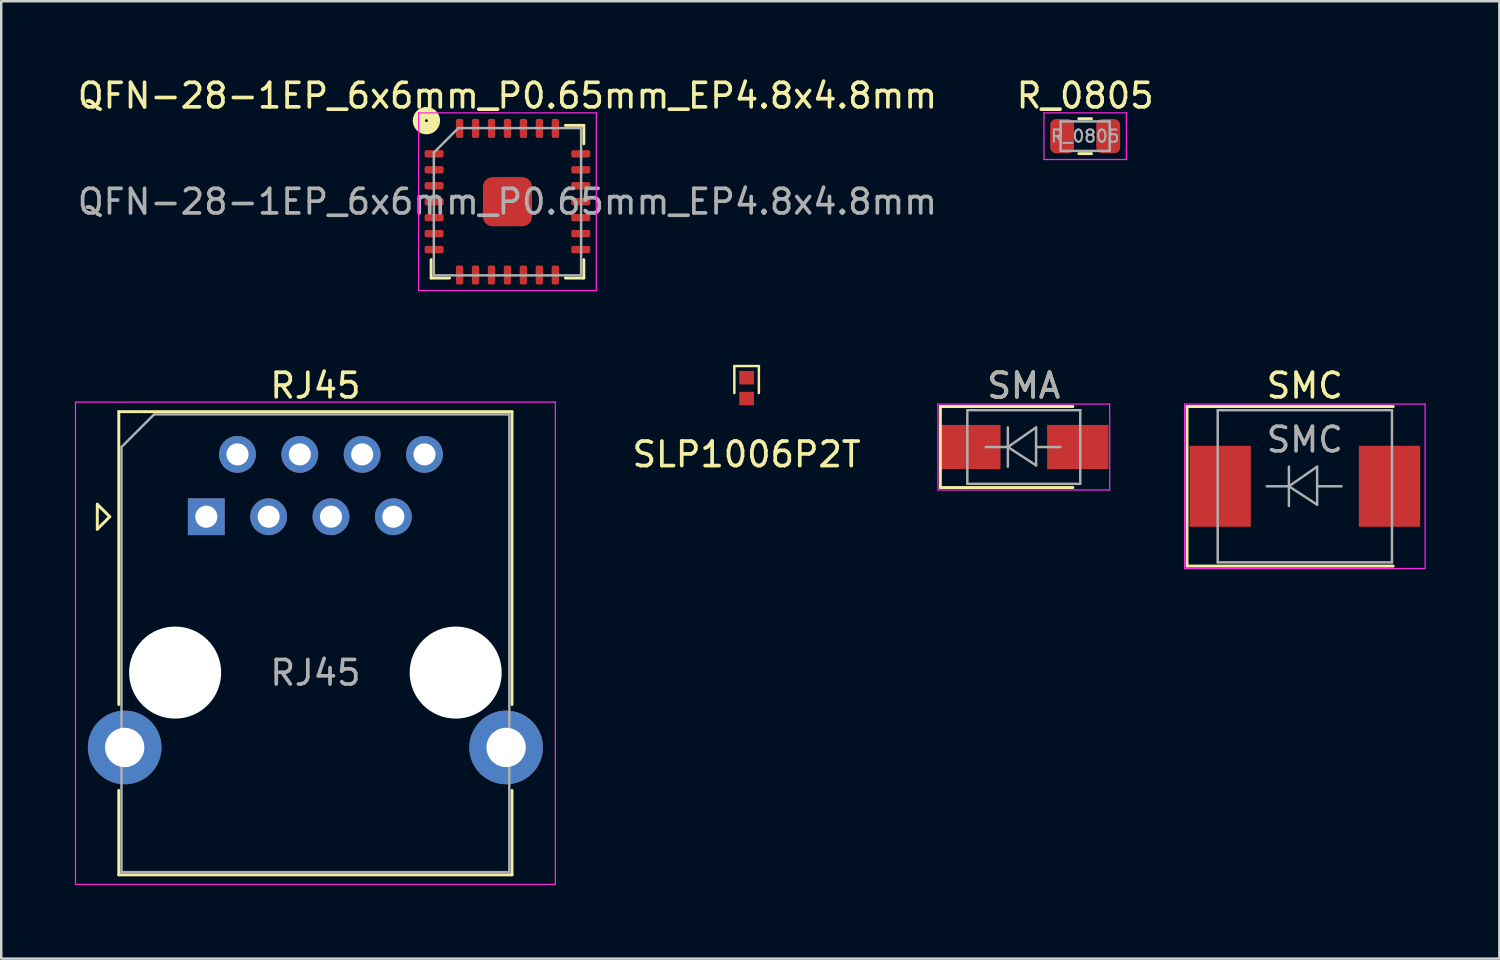
<source format=kicad_pcb>
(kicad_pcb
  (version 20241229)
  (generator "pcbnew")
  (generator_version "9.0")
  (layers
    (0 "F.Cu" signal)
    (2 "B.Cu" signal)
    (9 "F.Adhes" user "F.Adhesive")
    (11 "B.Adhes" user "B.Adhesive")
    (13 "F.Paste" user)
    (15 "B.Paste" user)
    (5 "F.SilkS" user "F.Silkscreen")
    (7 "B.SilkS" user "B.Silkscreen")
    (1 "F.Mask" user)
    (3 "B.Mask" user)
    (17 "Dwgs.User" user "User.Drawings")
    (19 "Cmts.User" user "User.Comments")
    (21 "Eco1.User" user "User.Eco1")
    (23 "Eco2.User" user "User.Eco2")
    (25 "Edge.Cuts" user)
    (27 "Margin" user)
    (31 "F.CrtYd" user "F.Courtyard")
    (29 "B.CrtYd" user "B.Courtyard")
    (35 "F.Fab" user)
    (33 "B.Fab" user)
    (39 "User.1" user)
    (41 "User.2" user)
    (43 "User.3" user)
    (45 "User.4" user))
  (footprint "QFN-28-1EP_6x6mm_P0.65mm_EP4.8x4.8mm"
    (layer "F.Cu")
    (at 17.625 5.168)
    (property "Reference" "QFN-28-1EP_6x6mm_P0.65mm_EP4.8x4.8mm" (at 0 -4.32 0) (layer "F.SilkS") (effects (font (size 1 1) (thickness 0.15))))
    (attr smd)
    (fp_line (start -3.11 3.11) (end -3.11 2.36) (stroke (width 0.12) (type solid)) (layer "F.SilkS"))
    (fp_line (start -2.36 3.11) (end -3.11 3.11) (stroke (width 0.12) (type solid)) (layer "F.SilkS"))
    (fp_line (start 2.36 -3.11) (end 3.11 -3.11) (stroke (width 0.12) (type solid)) (layer "F.SilkS"))
    (fp_line (start 2.36 3.11) (end 3.11 3.11) (stroke (width 0.12) (type solid)) (layer "F.SilkS"))
    (fp_line (start 3.11 -3.11) (end 3.11 -2.36) (stroke (width 0.12) (type solid)) (layer "F.SilkS"))
    (fp_line (start 3.11 3.11) (end 3.11 2.36) (stroke (width 0.12) (type solid)) (layer "F.SilkS"))
    (fp_circle (center -3.302 -3.302) (end -3.245 -3.302) (stroke (width 0.5) (type solid)) (fill no) (layer "F.SilkS"))
    (fp_line (start -3.62 -3.62) (end -3.62 3.62) (stroke (width 0.05) (type solid)) (layer "F.CrtYd"))
    (fp_line (start -3.62 3.62) (end 3.62 3.62) (stroke (width 0.05) (type solid)) (layer "F.CrtYd"))
    (fp_line (start 3.62 -3.62) (end -3.62 -3.62) (stroke (width 0.05) (type solid)) (layer "F.CrtYd"))
    (fp_line (start 3.62 3.62) (end 3.62 -3.62) (stroke (width 0.05) (type solid)) (layer "F.CrtYd"))
    (fp_line (start -3 -2) (end -2 -3) (stroke (width 0.1) (type solid)) (layer "F.Fab"))
    (fp_line (start -3 3) (end -3 -2) (stroke (width 0.1) (type solid)) (layer "F.Fab"))
    (fp_line (start -2 -3) (end 3 -3) (stroke (width 0.1) (type solid)) (layer "F.Fab"))
    (fp_line (start 3 -3) (end 3 3) (stroke (width 0.1) (type solid)) (layer "F.Fab"))
    (fp_line (start 3 3) (end -3 3) (stroke (width 0.1) (type solid)) (layer "F.Fab"))
    (fp_text user "${REFERENCE}" (at 0 0 0) (layer "F.Fab") (effects (font (size 1 1) (thickness 0.15))))
    (pad "" smd roundrect (at 0 0) (size 2 2) (layers "F.Cu" "F.Mask" "F.Paste") (roundrect_rratio 0.194))
    (pad "1" smd roundrect (at -2.987 -1.95) (size 0.775 0.3) (layers "F.Cu" "F.Mask" "F.Paste") (roundrect_rratio 0.25))
    (pad "2" smd roundrect (at -2.987 -1.3) (size 0.775 0.3) (layers "F.Cu" "F.Mask" "F.Paste") (roundrect_rratio 0.25))
    (pad "3" smd roundrect (at -2.987 -0.65) (size 0.775 0.3) (layers "F.Cu" "F.Mask" "F.Paste") (roundrect_rratio 0.25))
    (pad "4" smd roundrect (at -2.987 0) (size 0.775 0.3) (layers "F.Cu" "F.Mask" "F.Paste") (roundrect_rratio 0.25))
    (pad "5" smd roundrect (at -2.987 0.65) (size 0.775 0.3) (layers "F.Cu" "F.Mask" "F.Paste") (roundrect_rratio 0.25))
    (pad "6" smd roundrect (at -2.987 1.3) (size 0.775 0.3) (layers "F.Cu" "F.Mask" "F.Paste") (roundrect_rratio 0.25))
    (pad "7" smd roundrect (at -2.987 1.95) (size 0.775 0.3) (layers "F.Cu" "F.Mask" "F.Paste") (roundrect_rratio 0.25))
    (pad "8" smd roundrect (at -1.95 2.987) (size 0.3 0.775) (layers "F.Cu" "F.Mask" "F.Paste") (roundrect_rratio 0.25))
    (pad "9" smd roundrect (at -1.3 2.987) (size 0.3 0.775) (layers "F.Cu" "F.Mask" "F.Paste") (roundrect_rratio 0.25))
    (pad "10" smd roundrect (at -0.65 2.987) (size 0.3 0.775) (layers "F.Cu" "F.Mask" "F.Paste") (roundrect_rratio 0.25))
    (pad "11" smd roundrect (at 0 2.987) (size 0.3 0.775) (layers "F.Cu" "F.Mask" "F.Paste") (roundrect_rratio 0.25))
    (pad "12" smd roundrect (at 0.65 2.987) (size 0.3 0.775) (layers "F.Cu" "F.Mask" "F.Paste") (roundrect_rratio 0.25))
    (pad "13" smd roundrect (at 1.3 2.987) (size 0.3 0.775) (layers "F.Cu" "F.Mask" "F.Paste") (roundrect_rratio 0.25))
    (pad "14" smd roundrect (at 1.95 2.987) (size 0.3 0.775) (layers "F.Cu" "F.Mask" "F.Paste") (roundrect_rratio 0.25))
    (pad "15" smd roundrect (at 2.987 1.95) (size 0.775 0.3) (layers "F.Cu" "F.Mask" "F.Paste") (roundrect_rratio 0.25))
    (pad "16" smd roundrect (at 2.987 1.3) (size 0.775 0.3) (layers "F.Cu" "F.Mask" "F.Paste") (roundrect_rratio 0.25))
    (pad "17" smd roundrect (at 2.987 0.65) (size 0.775 0.3) (layers "F.Cu" "F.Mask" "F.Paste") (roundrect_rratio 0.25))
    (pad "18" smd roundrect (at 2.987 0) (size 0.775 0.3) (layers "F.Cu" "F.Mask" "F.Paste") (roundrect_rratio 0.25))
    (pad "19" smd roundrect (at 2.987 -0.65) (size 0.775 0.3) (layers "F.Cu" "F.Mask" "F.Paste") (roundrect_rratio 0.25))
    (pad "20" smd roundrect (at 2.987 -1.3) (size 0.775 0.3) (layers "F.Cu" "F.Mask" "F.Paste") (roundrect_rratio 0.25))
    (pad "21" smd roundrect (at 2.987 -1.95) (size 0.775 0.3) (layers "F.Cu" "F.Mask" "F.Paste") (roundrect_rratio 0.25))
    (pad "22" smd roundrect (at 1.95 -2.987) (size 0.3 0.775) (layers "F.Cu" "F.Mask" "F.Paste") (roundrect_rratio 0.25))
    (pad "23" smd roundrect (at 1.3 -2.987) (size 0.3 0.775) (layers "F.Cu" "F.Mask" "F.Paste") (roundrect_rratio 0.25))
    (pad "24" smd roundrect (at 0.65 -2.987) (size 0.3 0.775) (layers "F.Cu" "F.Mask" "F.Paste") (roundrect_rratio 0.25))
    (pad "25" smd roundrect (at 0 -2.987) (size 0.3 0.775) (layers "F.Cu" "F.Mask" "F.Paste") (roundrect_rratio 0.25))
    (pad "26" smd roundrect (at -0.65 -2.987) (size 0.3 0.775) (layers "F.Cu" "F.Mask" "F.Paste") (roundrect_rratio 0.25))
    (pad "27" smd roundrect (at -1.3 -2.987) (size 0.3 0.775) (layers "F.Cu" "F.Mask" "F.Paste") (roundrect_rratio 0.25))
    (pad "28" smd roundrect (at -1.95 -2.987) (size 0.3 0.775) (layers "F.Cu" "F.Mask" "F.Paste") (roundrect_rratio 0.25)))
  (footprint "R_0805"
    (layer "F.Cu")
    (at 41.161 2.498)
    (property "Reference" "R_0805" (at 0 -1.65 0) (layer "F.SilkS") (effects (font (size 1 1) (thickness 0.15))))
    (attr smd)
    (fp_line (start -0.259 -0.71) (end 0.259 -0.71) (stroke (width 0.12) (type solid)) (layer "F.SilkS"))
    (fp_line (start -0.259 0.71) (end 0.259 0.71) (stroke (width 0.12) (type solid)) (layer "F.SilkS"))
    (fp_line (start -1.68 -0.95) (end 1.68 -0.95) (stroke (width 0.05) (type solid)) (layer "F.CrtYd"))
    (fp_line (start -1.68 0.95) (end -1.68 -0.95) (stroke (width 0.05) (type solid)) (layer "F.CrtYd"))
    (fp_line (start 1.68 -0.95) (end 1.68 0.95) (stroke (width 0.05) (type solid)) (layer "F.CrtYd"))
    (fp_line (start 1.68 0.95) (end -1.68 0.95) (stroke (width 0.05) (type solid)) (layer "F.CrtYd"))
    (fp_line (start -1 -0.6) (end 1 -0.6) (stroke (width 0.1) (type solid)) (layer "F.Fab"))
    (fp_line (start -1 0.6) (end -1 -0.6) (stroke (width 0.1) (type solid)) (layer "F.Fab"))
    (fp_line (start 1 -0.6) (end 1 0.6) (stroke (width 0.1) (type solid)) (layer "F.Fab"))
    (fp_line (start 1 0.6) (end -1 0.6) (stroke (width 0.1) (type solid)) (layer "F.Fab"))
    (fp_text user "${REFERENCE}" (at 0 0 0) (layer "F.Fab") (effects (font (size 0.5 0.5) (thickness 0.08))))
    (pad "1" smd roundrect (at -0.938 0) (size 0.975 1.4) (layers "F.Cu" "F.Mask" "F.Paste") (roundrect_rratio 0.25))
    (pad "2" smd roundrect (at 0.938 0) (size 0.975 1.4) (layers "F.Cu" "F.Mask" "F.Paste") (roundrect_rratio 0.25)))
  (footprint "SMA"
    (layer "F.Cu")
    (at 38.661 15.162)
    (property "Reference" "SMA" (at 0 -2.5 0) (layer "F.SilkS") (effects (font (size 1 1) (thickness 0.15))))
    (attr smd)
    (fp_line (start -3.4 -1.65) (end -3.4 1.65) (stroke (width 0.12) (type solid)) (layer "F.SilkS"))
    (fp_line (start -3.4 -1.65) (end 2 -1.65) (stroke (width 0.12) (type solid)) (layer "F.SilkS"))
    (fp_line (start -3.4 1.65) (end 2 1.65) (stroke (width 0.12) (type solid)) (layer "F.SilkS"))
    (fp_line (start -3.5 -1.75) (end 3.5 -1.75) (stroke (width 0.05) (type solid)) (layer "F.CrtYd"))
    (fp_line (start -3.5 1.75) (end -3.5 -1.75) (stroke (width 0.05) (type solid)) (layer "F.CrtYd"))
    (fp_line (start 3.5 -1.75) (end 3.5 1.75) (stroke (width 0.05) (type solid)) (layer "F.CrtYd"))
    (fp_line (start 3.5 1.75) (end -3.5 1.75) (stroke (width 0.05) (type solid)) (layer "F.CrtYd"))
    (fp_line (start -2.3 1.5) (end -2.3 -1.5) (stroke (width 0.1) (type solid)) (layer "F.Fab"))
    (fp_line (start -0.649 -0.799) (end -0.649 0.801) (stroke (width 0.1) (type solid)) (layer "F.Fab"))
    (fp_line (start -0.649 0.001) (end -1.551 0.001) (stroke (width 0.1) (type solid)) (layer "F.Fab"))
    (fp_line (start -0.649 0.001) (end 0.501 -0.799) (stroke (width 0.1) (type solid)) (layer "F.Fab"))
    (fp_line (start -0.649 0.001) (end 0.501 0.75) (stroke (width 0.1) (type solid)) (layer "F.Fab"))
    (fp_line (start 0.501 0.001) (end 1.499 0.001) (stroke (width 0.1) (type solid)) (layer "F.Fab"))
    (fp_line (start 0.501 0.75) (end 0.501 -0.799) (stroke (width 0.1) (type solid)) (layer "F.Fab"))
    (fp_line (start 2.3 -1.5) (end -2.3 -1.5) (stroke (width 0.1) (type solid)) (layer "F.Fab"))
    (fp_line (start 2.3 -1.5) (end 2.3 1.5) (stroke (width 0.1) (type solid)) (layer "F.Fab"))
    (fp_line (start 2.3 1.5) (end -2.3 1.5) (stroke (width 0.1) (type solid)) (layer "F.Fab"))
    (fp_text user "${REFERENCE}" (at 0 -2.5 0) (layer "F.Fab") (effects (font (size 1 1) (thickness 0.15))))
    (pad "1" smd rect (at -2.2 0) (size 2.5 1.8) (layers "F.Cu" "F.Mask" "F.Paste"))
    (pad "2" smd rect (at 2.2 0) (size 2.5 1.8) (layers "F.Cu" "F.Mask" "F.Paste")))
  (footprint "SMC"
    (layer "F.Cu")
    (at 50.111 16.762)
    (property "Reference" "SMC" (at 0 -4.1 0) (layer "F.SilkS") (effects (font (size 1 1) (thickness 0.15))))
    (attr smd)
    (fp_line (start -4.8 -3.25) (end 3.6 -3.25) (stroke (width 0.12) (type solid)) (layer "F.SilkS"))
    (fp_line (start -4.8 3.25) (end -4.8 -3.25) (stroke (width 0.12) (type solid)) (layer "F.SilkS"))
    (fp_line (start -4.8 3.25) (end 3.6 3.25) (stroke (width 0.12) (type solid)) (layer "F.SilkS"))
    (fp_line (start -4.9 -3.35) (end 4.9 -3.35) (stroke (width 0.05) (type solid)) (layer "F.CrtYd"))
    (fp_line (start -4.9 3.35) (end -4.9 -3.35) (stroke (width 0.05) (type solid)) (layer "F.CrtYd"))
    (fp_line (start 4.9 -3.35) (end 4.9 3.35) (stroke (width 0.05) (type solid)) (layer "F.CrtYd"))
    (fp_line (start 4.9 3.35) (end -4.9 3.35) (stroke (width 0.05) (type solid)) (layer "F.CrtYd"))
    (fp_line (start -3.55 3.1) (end -3.55 -3.1) (stroke (width 0.1) (type solid)) (layer "F.Fab"))
    (fp_line (start -0.649 -0.799) (end -0.649 0.801) (stroke (width 0.1) (type solid)) (layer "F.Fab"))
    (fp_line (start -0.649 0.001) (end -1.551 0.001) (stroke (width 0.1) (type solid)) (layer "F.Fab"))
    (fp_line (start -0.649 0.001) (end 0.501 -0.799) (stroke (width 0.1) (type solid)) (layer "F.Fab"))
    (fp_line (start -0.649 0.001) (end 0.501 0.75) (stroke (width 0.1) (type solid)) (layer "F.Fab"))
    (fp_line (start 0.501 0.001) (end 1.499 0.001) (stroke (width 0.1) (type solid)) (layer "F.Fab"))
    (fp_line (start 0.501 0.75) (end 0.501 -0.799) (stroke (width 0.1) (type solid)) (layer "F.Fab"))
    (fp_line (start 3.55 -3.1) (end -3.55 -3.1) (stroke (width 0.1) (type solid)) (layer "F.Fab"))
    (fp_line (start 3.55 -3.1) (end 3.55 3.1) (stroke (width 0.1) (type solid)) (layer "F.Fab"))
    (fp_line (start 3.55 3.1) (end -3.55 3.1) (stroke (width 0.1) (type solid)) (layer "F.Fab"))
    (fp_text user "${REFERENCE}" (at 0 -1.9 0) (layer "F.Fab") (effects (font (size 1 1) (thickness 0.15))))
    (pad "1" smd rect (at -3.45 0 90) (size 3.3 2.5) (layers "F.Cu" "F.Mask" "F.Paste"))
    (pad "2" smd rect (at 3.45 0 90) (size 3.3 2.5) (layers "F.Cu" "F.Mask" "F.Paste")))
  (footprint "SLP1006P2T"
    (layer "F.Cu")
    (at 27.368 12.763)
    (property "Reference" "SLP1006P2T" (at 0 2.7 0) (layer "F.SilkS") (effects (font (size 1 1) (thickness 0.15))))
    (attr through_hole)
    (fp_line (start -0.5 -0.9) (end 0.5 -0.9) (stroke (width 0.1) (type solid)) (layer "F.SilkS"))
    (fp_line (start -0.5 0.2) (end -0.5 -0.9) (stroke (width 0.1) (type solid)) (layer "F.SilkS"))
    (fp_line (start 0.5 -0.9) (end 0.5 0.2) (stroke (width 0.1) (type solid)) (layer "F.SilkS"))
    (pad "1" smd rect (at 0 -0.425) (size 0.6 0.55) (layers "F.Cu" "F.Mask" "F.Paste"))
    (pad "2" smd rect (at 0 0.425) (size 0.6 0.55) (layers "F.Cu" "F.Mask" "F.Paste")))
  (footprint "RJ45"
    (layer "F.Cu")
    (at 5.355 18.002)
    (property "Reference" "RJ45" (at 4.445 -5.34 0) (layer "F.SilkS") (effects (font (size 1 1) (thickness 0.15))))
    (attr through_hole)
    (fp_line (start -4.441 -0.508) (end -4.441 0.508) (stroke (width 0.12) (type solid)) (layer "F.SilkS"))
    (fp_line (start -4.441 0.508) (end -3.933 0) (stroke (width 0.12) (type solid)) (layer "F.SilkS"))
    (fp_line (start -3.933 0) (end -4.441 -0.508) (stroke (width 0.12) (type solid)) (layer "F.SilkS"))
    (fp_line (start -3.565 -4.28) (end -3.565 7.65) (stroke (width 0.12) (type solid)) (layer "F.SilkS"))
    (fp_line (start -3.565 11.15) (end -3.565 14.59) (stroke (width 0.12) (type solid)) (layer "F.SilkS"))
    (fp_line (start 12.455 -4.28) (end -3.565 -4.28) (stroke (width 0.12) (type solid)) (layer "F.SilkS"))
    (fp_line (start 12.455 -4.28) (end 12.455 7.65) (stroke (width 0.12) (type solid)) (layer "F.SilkS"))
    (fp_line (start 12.455 11.15) (end 12.455 14.59) (stroke (width 0.12) (type solid)) (layer "F.SilkS"))
    (fp_line (start 12.455 14.59) (end -3.565 14.59) (stroke (width 0.12) (type solid)) (layer "F.SilkS"))
    (fp_line (start -5.33 -4.67) (end 14.22 -4.67) (stroke (width 0.05) (type solid)) (layer "F.CrtYd"))
    (fp_line (start -5.33 14.98) (end -5.33 -4.67) (stroke (width 0.05) (type solid)) (layer "F.CrtYd"))
    (fp_line (start 14.22 -4.67) (end 14.22 14.98) (stroke (width 0.05) (type solid)) (layer "F.CrtYd"))
    (fp_line (start 14.22 14.98) (end -5.33 14.98) (stroke (width 0.05) (type solid)) (layer "F.CrtYd"))
    (fp_line (start -3.455 -2.84) (end -3.455 14.48) (stroke (width 0.1) (type solid)) (layer "F.Fab"))
    (fp_line (start -3.455 -2.84) (end -2.125 -4.17) (stroke (width 0.1) (type solid)) (layer "F.Fab"))
    (fp_line (start 12.345 -4.17) (end -2.125 -4.17) (stroke (width 0.1) (type solid)) (layer "F.Fab"))
    (fp_line (start 12.345 14.48) (end -3.455 14.48) (stroke (width 0.1) (type solid)) (layer "F.Fab"))
    (fp_line (start 12.345 14.48) (end 12.345 -4.17) (stroke (width 0.1) (type solid)) (layer "F.Fab"))
    (fp_text user "${REFERENCE}" (at 4.445 6.36 0) (layer "F.Fab") (effects (font (size 1 1) (thickness 0.15))))
    (pad "" np_thru_hole circle (at -1.27 6.35) (size 3.75 3.75) (drill 3.75) (layers "*.Cu" "*.Mask"))
    (pad "" np_thru_hole circle (at 10.16 6.35 180) (size 3.75 3.75) (drill 3.75) (layers "*.Cu" "*.Mask"))
    (pad "1" thru_hole rect (at 0 0 180) (size 1.5 1.5) (drill 0.9) (layers "*.Cu" "*.Mask"))
    (pad "2" thru_hole circle (at 1.27 -2.54 180) (size 1.5 1.5) (drill 0.9) (layers "*.Cu" "*.Mask"))
    (pad "3" thru_hole circle (at 2.54 0 180) (size 1.5 1.5) (drill 0.9) (layers "*.Cu" "*.Mask"))
    (pad "4" thru_hole circle (at 3.81 -2.54 180) (size 1.5 1.5) (drill 0.9) (layers "*.Cu" "*.Mask"))
    (pad "5" thru_hole circle (at 5.08 0 180) (size 1.5 1.5) (drill 0.9) (layers "*.Cu" "*.Mask"))
    (pad "6" thru_hole circle (at 6.35 -2.54 180) (size 1.5 1.5) (drill 0.9) (layers "*.Cu" "*.Mask"))
    (pad "7" thru_hole circle (at 7.62 0 180) (size 1.5 1.5) (drill 0.9) (layers "*.Cu" "*.Mask"))
    (pad "8" thru_hole circle (at 8.89 -2.54 180) (size 1.5 1.5) (drill 0.9) (layers "*.Cu" "*.Mask"))
    (pad "SH" thru_hole circle (at -3.325 9.4) (size 3 3) (drill 1.6) (layers "*.Cu" "*.Mask"))
    (pad "SH" thru_hole circle (at 12.215 9.4 180) (size 3 3) (drill 1.6) (layers "*.Cu" "*.Mask")))
  (gr_rect
    (start -3 -3)
    (end 58.036 36.007)
    (stroke (width 0.1) (type default))
    (fill no)
    (layer "Edge.Cuts")))
</source>
